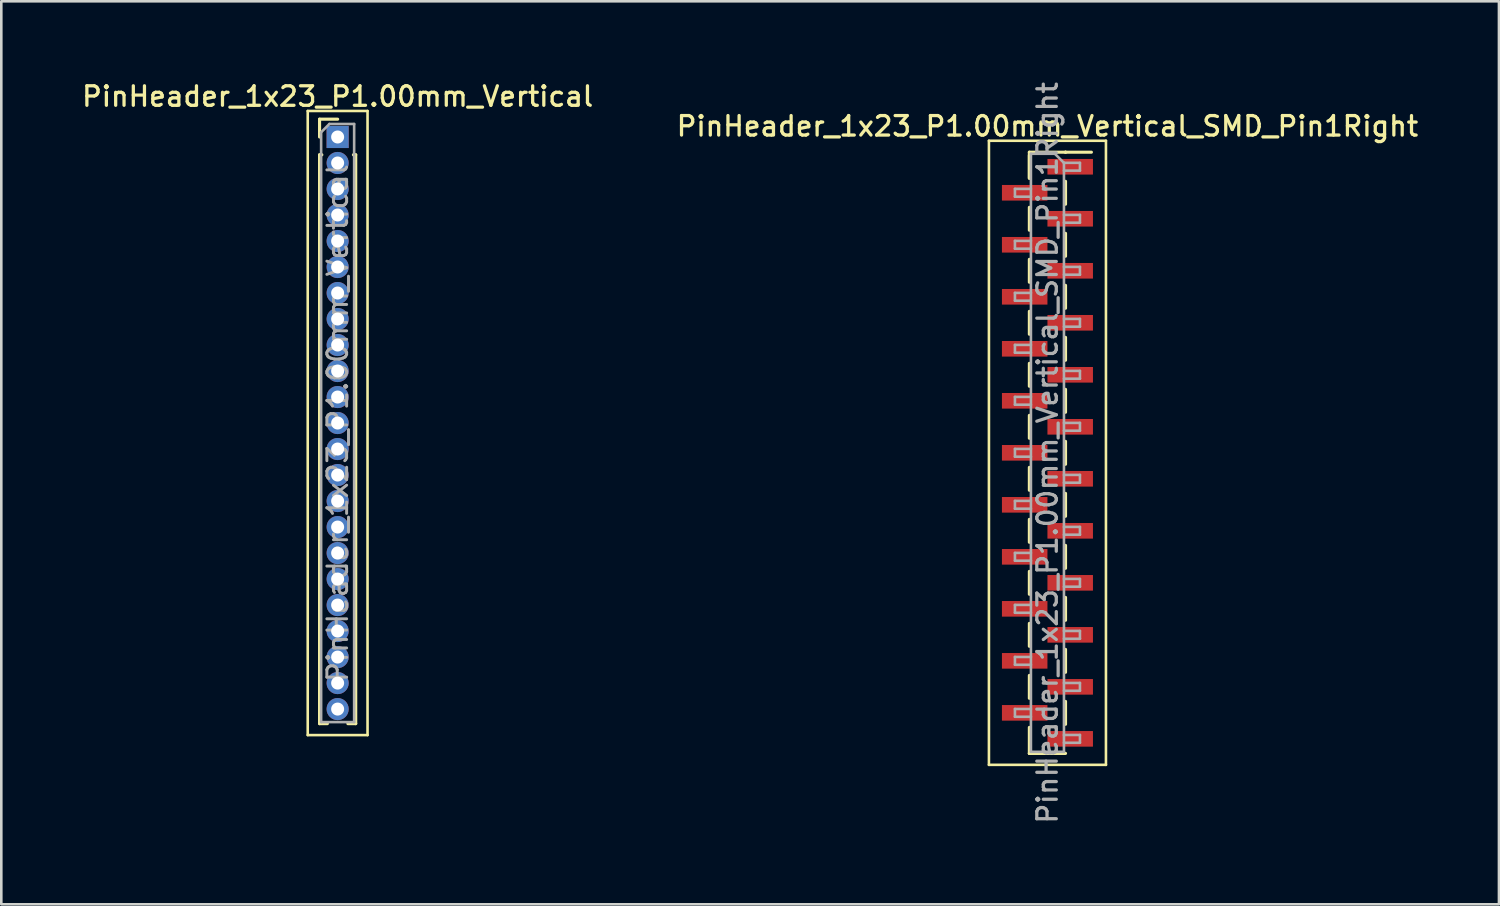
<source format=kicad_pcb>
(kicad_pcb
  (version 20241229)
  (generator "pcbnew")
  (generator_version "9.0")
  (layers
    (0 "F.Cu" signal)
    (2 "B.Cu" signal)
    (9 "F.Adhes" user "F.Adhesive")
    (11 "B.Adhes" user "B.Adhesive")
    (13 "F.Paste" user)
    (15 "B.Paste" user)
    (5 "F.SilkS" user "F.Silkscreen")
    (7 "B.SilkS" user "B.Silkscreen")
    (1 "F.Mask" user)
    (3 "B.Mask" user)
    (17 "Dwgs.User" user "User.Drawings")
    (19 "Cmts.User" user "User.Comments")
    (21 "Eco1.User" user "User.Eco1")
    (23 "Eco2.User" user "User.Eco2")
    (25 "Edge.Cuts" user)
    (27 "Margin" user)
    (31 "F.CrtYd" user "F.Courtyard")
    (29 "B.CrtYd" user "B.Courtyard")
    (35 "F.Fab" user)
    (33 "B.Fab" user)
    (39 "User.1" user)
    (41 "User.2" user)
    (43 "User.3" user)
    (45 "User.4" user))
  (footprint "PinHeader_1x23_P1.00mm_Vertical_SMD_Pin1Right"
    (layer "F.Cu")
    (at 37.23 14.363)
    (property "Reference" "PinHeader_1x23_P1.00mm_Vertical_SMD_Pin1Right" (at 0 -12.56 0) (layer "F.SilkS") (effects (font (size 0.75 0.75) (thickness 0.125))))
    (attr smd)
    (fp_line (start -2.25 -12) (end -2.25 12) (stroke (width 0.1) (type solid)) (layer "F.SilkS"))
    (fp_line (start -2.25 12) (end 2.25 12) (stroke (width 0.1) (type solid)) (layer "F.SilkS"))
    (fp_line (start -0.695 -11.56) (end -0.695 -10.56) (stroke (width 0.12) (type solid)) (layer "F.SilkS"))
    (fp_line (start -0.695 -11.56) (end 0.695 -11.56) (stroke (width 0.12) (type solid)) (layer "F.SilkS"))
    (fp_line (start -0.695 -11.44) (end -0.695 -10.56) (stroke (width 0.12) (type solid)) (layer "F.SilkS"))
    (fp_line (start -0.695 -9.44) (end -0.695 -8.56) (stroke (width 0.12) (type solid)) (layer "F.SilkS"))
    (fp_line (start -0.695 -7.44) (end -0.695 -6.56) (stroke (width 0.12) (type solid)) (layer "F.SilkS"))
    (fp_line (start -0.695 -5.44) (end -0.695 -4.56) (stroke (width 0.12) (type solid)) (layer "F.SilkS"))
    (fp_line (start -0.695 -3.44) (end -0.695 -2.56) (stroke (width 0.12) (type solid)) (layer "F.SilkS"))
    (fp_line (start -0.695 -1.44) (end -0.695 -0.56) (stroke (width 0.12) (type solid)) (layer "F.SilkS"))
    (fp_line (start -0.695 0.56) (end -0.695 1.44) (stroke (width 0.12) (type solid)) (layer "F.SilkS"))
    (fp_line (start -0.695 2.56) (end -0.695 3.44) (stroke (width 0.12) (type solid)) (layer "F.SilkS"))
    (fp_line (start -0.695 4.56) (end -0.695 5.44) (stroke (width 0.12) (type solid)) (layer "F.SilkS"))
    (fp_line (start -0.695 6.56) (end -0.695 7.44) (stroke (width 0.12) (type solid)) (layer "F.SilkS"))
    (fp_line (start -0.695 8.56) (end -0.695 9.44) (stroke (width 0.12) (type solid)) (layer "F.SilkS"))
    (fp_line (start -0.695 10.56) (end -0.695 11.56) (stroke (width 0.12) (type solid)) (layer "F.SilkS"))
    (fp_line (start -0.695 11.56) (end -0.695 11.56) (stroke (width 0.12) (type solid)) (layer "F.SilkS"))
    (fp_line (start -0.695 11.56) (end 0.695 11.56) (stroke (width 0.12) (type solid)) (layer "F.SilkS"))
    (fp_line (start 0.695 -11.56) (end 0.695 -11.56) (stroke (width 0.12) (type solid)) (layer "F.SilkS"))
    (fp_line (start 0.695 -11.56) (end 1.69 -11.56) (stroke (width 0.12) (type solid)) (layer "F.SilkS"))
    (fp_line (start 0.695 -10.44) (end 0.695 -9.56) (stroke (width 0.12) (type solid)) (layer "F.SilkS"))
    (fp_line (start 0.695 -8.44) (end 0.695 -7.56) (stroke (width 0.12) (type solid)) (layer "F.SilkS"))
    (fp_line (start 0.695 -6.44) (end 0.695 -5.56) (stroke (width 0.12) (type solid)) (layer "F.SilkS"))
    (fp_line (start 0.695 -4.44) (end 0.695 -3.56) (stroke (width 0.12) (type solid)) (layer "F.SilkS"))
    (fp_line (start 0.695 -2.44) (end 0.695 -1.56) (stroke (width 0.12) (type solid)) (layer "F.SilkS"))
    (fp_line (start 0.695 -0.44) (end 0.695 0.44) (stroke (width 0.12) (type solid)) (layer "F.SilkS"))
    (fp_line (start 0.695 1.56) (end 0.695 2.44) (stroke (width 0.12) (type solid)) (layer "F.SilkS"))
    (fp_line (start 0.695 3.56) (end 0.695 4.44) (stroke (width 0.12) (type solid)) (layer "F.SilkS"))
    (fp_line (start 0.695 5.56) (end 0.695 6.44) (stroke (width 0.12) (type solid)) (layer "F.SilkS"))
    (fp_line (start 0.695 7.56) (end 0.695 8.44) (stroke (width 0.12) (type solid)) (layer "F.SilkS"))
    (fp_line (start 0.695 9.56) (end 0.695 10.44) (stroke (width 0.12) (type solid)) (layer "F.SilkS"))
    (fp_line (start 2.25 -12) (end -2.25 -12) (stroke (width 0.1) (type solid)) (layer "F.SilkS"))
    (fp_line (start 2.25 12) (end 2.25 -12) (stroke (width 0.1) (type solid)) (layer "F.SilkS"))
    (fp_line (start -1.25 -10.15) (end -1.25 -9.85) (stroke (width 0.1) (type solid)) (layer "F.Fab"))
    (fp_line (start -1.25 -9.85) (end -0.635 -9.85) (stroke (width 0.1) (type solid)) (layer "F.Fab"))
    (fp_line (start -1.25 -8.15) (end -1.25 -7.85) (stroke (width 0.1) (type solid)) (layer "F.Fab"))
    (fp_line (start -1.25 -7.85) (end -0.635 -7.85) (stroke (width 0.1) (type solid)) (layer "F.Fab"))
    (fp_line (start -1.25 -6.15) (end -1.25 -5.85) (stroke (width 0.1) (type solid)) (layer "F.Fab"))
    (fp_line (start -1.25 -5.85) (end -0.635 -5.85) (stroke (width 0.1) (type solid)) (layer "F.Fab"))
    (fp_line (start -1.25 -4.15) (end -1.25 -3.85) (stroke (width 0.1) (type solid)) (layer "F.Fab"))
    (fp_line (start -1.25 -3.85) (end -0.635 -3.85) (stroke (width 0.1) (type solid)) (layer "F.Fab"))
    (fp_line (start -1.25 -2.15) (end -1.25 -1.85) (stroke (width 0.1) (type solid)) (layer "F.Fab"))
    (fp_line (start -1.25 -1.85) (end -0.635 -1.85) (stroke (width 0.1) (type solid)) (layer "F.Fab"))
    (fp_line (start -1.25 -0.15) (end -1.25 0.15) (stroke (width 0.1) (type solid)) (layer "F.Fab"))
    (fp_line (start -1.25 0.15) (end -0.635 0.15) (stroke (width 0.1) (type solid)) (layer "F.Fab"))
    (fp_line (start -1.25 1.85) (end -1.25 2.15) (stroke (width 0.1) (type solid)) (layer "F.Fab"))
    (fp_line (start -1.25 2.15) (end -0.635 2.15) (stroke (width 0.1) (type solid)) (layer "F.Fab"))
    (fp_line (start -1.25 3.85) (end -1.25 4.15) (stroke (width 0.1) (type solid)) (layer "F.Fab"))
    (fp_line (start -1.25 4.15) (end -0.635 4.15) (stroke (width 0.1) (type solid)) (layer "F.Fab"))
    (fp_line (start -1.25 5.85) (end -1.25 6.15) (stroke (width 0.1) (type solid)) (layer "F.Fab"))
    (fp_line (start -1.25 6.15) (end -0.635 6.15) (stroke (width 0.1) (type solid)) (layer "F.Fab"))
    (fp_line (start -1.25 7.85) (end -1.25 8.15) (stroke (width 0.1) (type solid)) (layer "F.Fab"))
    (fp_line (start -1.25 8.15) (end -0.635 8.15) (stroke (width 0.1) (type solid)) (layer "F.Fab"))
    (fp_line (start -1.25 9.85) (end -1.25 10.15) (stroke (width 0.1) (type solid)) (layer "F.Fab"))
    (fp_line (start -1.25 10.15) (end -0.635 10.15) (stroke (width 0.1) (type solid)) (layer "F.Fab"))
    (fp_line (start -0.635 -11.5) (end -0.635 11.5) (stroke (width 0.1) (type solid)) (layer "F.Fab"))
    (fp_line (start -0.635 -11.5) (end 0.285 -11.5) (stroke (width 0.1) (type solid)) (layer "F.Fab"))
    (fp_line (start -0.635 -10.15) (end -1.25 -10.15) (stroke (width 0.1) (type solid)) (layer "F.Fab"))
    (fp_line (start -0.635 -8.15) (end -1.25 -8.15) (stroke (width 0.1) (type solid)) (layer "F.Fab"))
    (fp_line (start -0.635 -6.15) (end -1.25 -6.15) (stroke (width 0.1) (type solid)) (layer "F.Fab"))
    (fp_line (start -0.635 -4.15) (end -1.25 -4.15) (stroke (width 0.1) (type solid)) (layer "F.Fab"))
    (fp_line (start -0.635 -2.15) (end -1.25 -2.15) (stroke (width 0.1) (type solid)) (layer "F.Fab"))
    (fp_line (start -0.635 -0.15) (end -1.25 -0.15) (stroke (width 0.1) (type solid)) (layer "F.Fab"))
    (fp_line (start -0.635 1.85) (end -1.25 1.85) (stroke (width 0.1) (type solid)) (layer "F.Fab"))
    (fp_line (start -0.635 3.85) (end -1.25 3.85) (stroke (width 0.1) (type solid)) (layer "F.Fab"))
    (fp_line (start -0.635 5.85) (end -1.25 5.85) (stroke (width 0.1) (type solid)) (layer "F.Fab"))
    (fp_line (start -0.635 7.85) (end -1.25 7.85) (stroke (width 0.1) (type solid)) (layer "F.Fab"))
    (fp_line (start -0.635 9.85) (end -1.25 9.85) (stroke (width 0.1) (type solid)) (layer "F.Fab"))
    (fp_line (start 0.635 -11.15) (end 0.285 -11.5) (stroke (width 0.1) (type solid)) (layer "F.Fab"))
    (fp_line (start 0.635 -11.15) (end 1.25 -11.15) (stroke (width 0.1) (type solid)) (layer "F.Fab"))
    (fp_line (start 0.635 -9.15) (end 1.25 -9.15) (stroke (width 0.1) (type solid)) (layer "F.Fab"))
    (fp_line (start 0.635 -7.15) (end 1.25 -7.15) (stroke (width 0.1) (type solid)) (layer "F.Fab"))
    (fp_line (start 0.635 -5.15) (end 1.25 -5.15) (stroke (width 0.1) (type solid)) (layer "F.Fab"))
    (fp_line (start 0.635 -3.15) (end 1.25 -3.15) (stroke (width 0.1) (type solid)) (layer "F.Fab"))
    (fp_line (start 0.635 -1.15) (end 1.25 -1.15) (stroke (width 0.1) (type solid)) (layer "F.Fab"))
    (fp_line (start 0.635 0.85) (end 1.25 0.85) (stroke (width 0.1) (type solid)) (layer "F.Fab"))
    (fp_line (start 0.635 2.85) (end 1.25 2.85) (stroke (width 0.1) (type solid)) (layer "F.Fab"))
    (fp_line (start 0.635 4.85) (end 1.25 4.85) (stroke (width 0.1) (type solid)) (layer "F.Fab"))
    (fp_line (start 0.635 6.85) (end 1.25 6.85) (stroke (width 0.1) (type solid)) (layer "F.Fab"))
    (fp_line (start 0.635 8.85) (end 1.25 8.85) (stroke (width 0.1) (type solid)) (layer "F.Fab"))
    (fp_line (start 0.635 10.85) (end 1.25 10.85) (stroke (width 0.1) (type solid)) (layer "F.Fab"))
    (fp_line (start 0.635 11.5) (end -0.635 11.5) (stroke (width 0.1) (type solid)) (layer "F.Fab"))
    (fp_line (start 0.635 11.5) (end 0.635 -11.15) (stroke (width 0.1) (type solid)) (layer "F.Fab"))
    (fp_line (start 1.25 -11.15) (end 1.25 -10.85) (stroke (width 0.1) (type solid)) (layer "F.Fab"))
    (fp_line (start 1.25 -10.85) (end 0.635 -10.85) (stroke (width 0.1) (type solid)) (layer "F.Fab"))
    (fp_line (start 1.25 -9.15) (end 1.25 -8.85) (stroke (width 0.1) (type solid)) (layer "F.Fab"))
    (fp_line (start 1.25 -8.85) (end 0.635 -8.85) (stroke (width 0.1) (type solid)) (layer "F.Fab"))
    (fp_line (start 1.25 -7.15) (end 1.25 -6.85) (stroke (width 0.1) (type solid)) (layer "F.Fab"))
    (fp_line (start 1.25 -6.85) (end 0.635 -6.85) (stroke (width 0.1) (type solid)) (layer "F.Fab"))
    (fp_line (start 1.25 -5.15) (end 1.25 -4.85) (stroke (width 0.1) (type solid)) (layer "F.Fab"))
    (fp_line (start 1.25 -4.85) (end 0.635 -4.85) (stroke (width 0.1) (type solid)) (layer "F.Fab"))
    (fp_line (start 1.25 -3.15) (end 1.25 -2.85) (stroke (width 0.1) (type solid)) (layer "F.Fab"))
    (fp_line (start 1.25 -2.85) (end 0.635 -2.85) (stroke (width 0.1) (type solid)) (layer "F.Fab"))
    (fp_line (start 1.25 -1.15) (end 1.25 -0.85) (stroke (width 0.1) (type solid)) (layer "F.Fab"))
    (fp_line (start 1.25 -0.85) (end 0.635 -0.85) (stroke (width 0.1) (type solid)) (layer "F.Fab"))
    (fp_line (start 1.25 0.85) (end 1.25 1.15) (stroke (width 0.1) (type solid)) (layer "F.Fab"))
    (fp_line (start 1.25 1.15) (end 0.635 1.15) (stroke (width 0.1) (type solid)) (layer "F.Fab"))
    (fp_line (start 1.25 2.85) (end 1.25 3.15) (stroke (width 0.1) (type solid)) (layer "F.Fab"))
    (fp_line (start 1.25 3.15) (end 0.635 3.15) (stroke (width 0.1) (type solid)) (layer "F.Fab"))
    (fp_line (start 1.25 4.85) (end 1.25 5.15) (stroke (width 0.1) (type solid)) (layer "F.Fab"))
    (fp_line (start 1.25 5.15) (end 0.635 5.15) (stroke (width 0.1) (type solid)) (layer "F.Fab"))
    (fp_line (start 1.25 6.85) (end 1.25 7.15) (stroke (width 0.1) (type solid)) (layer "F.Fab"))
    (fp_line (start 1.25 7.15) (end 0.635 7.15) (stroke (width 0.1) (type solid)) (layer "F.Fab"))
    (fp_line (start 1.25 8.85) (end 1.25 9.15) (stroke (width 0.1) (type solid)) (layer "F.Fab"))
    (fp_line (start 1.25 9.15) (end 0.635 9.15) (stroke (width 0.1) (type solid)) (layer "F.Fab"))
    (fp_line (start 1.25 10.85) (end 1.25 11.15) (stroke (width 0.1) (type solid)) (layer "F.Fab"))
    (fp_line (start 1.25 11.15) (end 0.635 11.15) (stroke (width 0.1) (type solid)) (layer "F.Fab"))
    (fp_text user "${REFERENCE}" (at 0 0 90) (layer "F.Fab") (effects (font (size 0.75 0.75) (thickness 0.125))))
    (pad "1" smd rect (at 0.875 -11) (size 1.75 0.6) (layers "F.Cu" "F.Mask" "F.Paste"))
    (pad "2" smd rect (at -0.875 -10) (size 1.75 0.6) (layers "F.Cu" "F.Mask" "F.Paste"))
    (pad "3" smd rect (at 0.875 -9) (size 1.75 0.6) (layers "F.Cu" "F.Mask" "F.Paste"))
    (pad "4" smd rect (at -0.875 -8) (size 1.75 0.6) (layers "F.Cu" "F.Mask" "F.Paste"))
    (pad "5" smd rect (at 0.875 -7) (size 1.75 0.6) (layers "F.Cu" "F.Mask" "F.Paste"))
    (pad "6" smd rect (at -0.875 -6) (size 1.75 0.6) (layers "F.Cu" "F.Mask" "F.Paste"))
    (pad "7" smd rect (at 0.875 -5) (size 1.75 0.6) (layers "F.Cu" "F.Mask" "F.Paste"))
    (pad "8" smd rect (at -0.875 -4) (size 1.75 0.6) (layers "F.Cu" "F.Mask" "F.Paste"))
    (pad "9" smd rect (at 0.875 -3) (size 1.75 0.6) (layers "F.Cu" "F.Mask" "F.Paste"))
    (pad "10" smd rect (at -0.875 -2) (size 1.75 0.6) (layers "F.Cu" "F.Mask" "F.Paste"))
    (pad "11" smd rect (at 0.875 -1) (size 1.75 0.6) (layers "F.Cu" "F.Mask" "F.Paste"))
    (pad "12" smd rect (at -0.875 0) (size 1.75 0.6) (layers "F.Cu" "F.Mask" "F.Paste"))
    (pad "13" smd rect (at 0.875 1) (size 1.75 0.6) (layers "F.Cu" "F.Mask" "F.Paste"))
    (pad "14" smd rect (at -0.875 2) (size 1.75 0.6) (layers "F.Cu" "F.Mask" "F.Paste"))
    (pad "15" smd rect (at 0.875 3) (size 1.75 0.6) (layers "F.Cu" "F.Mask" "F.Paste"))
    (pad "16" smd rect (at -0.875 4) (size 1.75 0.6) (layers "F.Cu" "F.Mask" "F.Paste"))
    (pad "17" smd rect (at 0.875 5) (size 1.75 0.6) (layers "F.Cu" "F.Mask" "F.Paste"))
    (pad "18" smd rect (at -0.875 6) (size 1.75 0.6) (layers "F.Cu" "F.Mask" "F.Paste"))
    (pad "19" smd rect (at 0.875 7) (size 1.75 0.6) (layers "F.Cu" "F.Mask" "F.Paste"))
    (pad "20" smd rect (at -0.875 8) (size 1.75 0.6) (layers "F.Cu" "F.Mask" "F.Paste"))
    (pad "21" smd rect (at 0.875 9) (size 1.75 0.6) (layers "F.Cu" "F.Mask" "F.Paste"))
    (pad "22" smd rect (at -0.875 10) (size 1.75 0.6) (layers "F.Cu" "F.Mask" "F.Paste"))
    (pad "23" smd rect (at 0.875 11) (size 1.75 0.6) (layers "F.Cu" "F.Mask" "F.Paste")))
  (footprint "PinHeader_1x23_P1.00mm_Vertical"
    (layer "F.Cu")
    (at 9.934 2.218)
    (property "Reference" "PinHeader_1x23_P1.00mm_Vertical" (at 0 -1.56 0) (layer "F.SilkS") (effects (font (size 0.75 0.75) (thickness 0.125))))
    (attr through_hole)
    (fp_line (start -1.15 -1) (end -1.15 23) (stroke (width 0.1) (type solid)) (layer "F.SilkS"))
    (fp_line (start -1.15 23) (end 1.15 23) (stroke (width 0.1) (type solid)) (layer "F.SilkS"))
    (fp_line (start -0.695 -0.685) (end 0 -0.685) (stroke (width 0.12) (type solid)) (layer "F.SilkS"))
    (fp_line (start -0.695 0) (end -0.695 -0.685) (stroke (width 0.12) (type solid)) (layer "F.SilkS"))
    (fp_line (start -0.695 0.685) (end -0.695 22.56) (stroke (width 0.12) (type solid)) (layer "F.SilkS"))
    (fp_line (start -0.695 0.685) (end -0.608 0.685) (stroke (width 0.12) (type solid)) (layer "F.SilkS"))
    (fp_line (start -0.695 22.56) (end -0.394 22.56) (stroke (width 0.12) (type solid)) (layer "F.SilkS"))
    (fp_line (start 0.394 22.56) (end 0.695 22.56) (stroke (width 0.12) (type solid)) (layer "F.SilkS"))
    (fp_line (start 0.608 0.685) (end 0.695 0.685) (stroke (width 0.12) (type solid)) (layer "F.SilkS"))
    (fp_line (start 0.695 0.685) (end 0.695 22.56) (stroke (width 0.12) (type solid)) (layer "F.SilkS"))
    (fp_line (start 1.15 -1) (end -1.15 -1) (stroke (width 0.1) (type solid)) (layer "F.SilkS"))
    (fp_line (start 1.15 23) (end 1.15 -1) (stroke (width 0.1) (type solid)) (layer "F.SilkS"))
    (fp_line (start -0.635 -0.182) (end -0.318 -0.5) (stroke (width 0.1) (type solid)) (layer "F.Fab"))
    (fp_line (start -0.635 22.5) (end -0.635 -0.182) (stroke (width 0.1) (type solid)) (layer "F.Fab"))
    (fp_line (start -0.318 -0.5) (end 0.635 -0.5) (stroke (width 0.1) (type solid)) (layer "F.Fab"))
    (fp_line (start 0.635 -0.5) (end 0.635 22.5) (stroke (width 0.1) (type solid)) (layer "F.Fab"))
    (fp_line (start 0.635 22.5) (end -0.635 22.5) (stroke (width 0.1) (type solid)) (layer "F.Fab"))
    (fp_text user "${REFERENCE}" (at 0 11 90) (layer "F.Fab") (effects (font (size 0.76 0.76) (thickness 0.114))))
    (pad "1" thru_hole rect (at 0 0) (size 0.85 0.85) (drill 0.5) (layers "*.Cu" "*.Mask"))
    (pad "2" thru_hole oval (at 0 1) (size 0.85 0.85) (drill 0.5) (layers "*.Cu" "*.Mask"))
    (pad "3" thru_hole oval (at 0 2) (size 0.85 0.85) (drill 0.5) (layers "*.Cu" "*.Mask"))
    (pad "4" thru_hole oval (at 0 3) (size 0.85 0.85) (drill 0.5) (layers "*.Cu" "*.Mask"))
    (pad "5" thru_hole oval (at 0 4) (size 0.85 0.85) (drill 0.5) (layers "*.Cu" "*.Mask"))
    (pad "6" thru_hole oval (at 0 5) (size 0.85 0.85) (drill 0.5) (layers "*.Cu" "*.Mask"))
    (pad "7" thru_hole oval (at 0 6) (size 0.85 0.85) (drill 0.5) (layers "*.Cu" "*.Mask"))
    (pad "8" thru_hole oval (at 0 7) (size 0.85 0.85) (drill 0.5) (layers "*.Cu" "*.Mask"))
    (pad "9" thru_hole oval (at 0 8) (size 0.85 0.85) (drill 0.5) (layers "*.Cu" "*.Mask"))
    (pad "10" thru_hole oval (at 0 9) (size 0.85 0.85) (drill 0.5) (layers "*.Cu" "*.Mask"))
    (pad "11" thru_hole oval (at 0 10) (size 0.85 0.85) (drill 0.5) (layers "*.Cu" "*.Mask"))
    (pad "12" thru_hole oval (at 0 11) (size 0.85 0.85) (drill 0.5) (layers "*.Cu" "*.Mask"))
    (pad "13" thru_hole oval (at 0 12) (size 0.85 0.85) (drill 0.5) (layers "*.Cu" "*.Mask"))
    (pad "14" thru_hole oval (at 0 13) (size 0.85 0.85) (drill 0.5) (layers "*.Cu" "*.Mask"))
    (pad "15" thru_hole oval (at 0 14) (size 0.85 0.85) (drill 0.5) (layers "*.Cu" "*.Mask"))
    (pad "16" thru_hole oval (at 0 15) (size 0.85 0.85) (drill 0.5) (layers "*.Cu" "*.Mask"))
    (pad "17" thru_hole oval (at 0 16) (size 0.85 0.85) (drill 0.5) (layers "*.Cu" "*.Mask"))
    (pad "18" thru_hole oval (at 0 17) (size 0.85 0.85) (drill 0.5) (layers "*.Cu" "*.Mask"))
    (pad "19" thru_hole oval (at 0 18) (size 0.85 0.85) (drill 0.5) (layers "*.Cu" "*.Mask"))
    (pad "20" thru_hole oval (at 0 19) (size 0.85 0.85) (drill 0.5) (layers "*.Cu" "*.Mask"))
    (pad "21" thru_hole oval (at 0 20) (size 0.85 0.85) (drill 0.5) (layers "*.Cu" "*.Mask"))
    (pad "22" thru_hole oval (at 0 21) (size 0.85 0.85) (drill 0.5) (layers "*.Cu" "*.Mask"))
    (pad "23" thru_hole oval (at 0 22) (size 0.85 0.85) (drill 0.5) (layers "*.Cu" "*.Mask")))
  (gr_rect
    (start -3 -3)
    (end 54.593 31.725)
    (stroke (width 0.1) (type default))
    (fill no)
    (layer "Edge.Cuts")))
</source>
